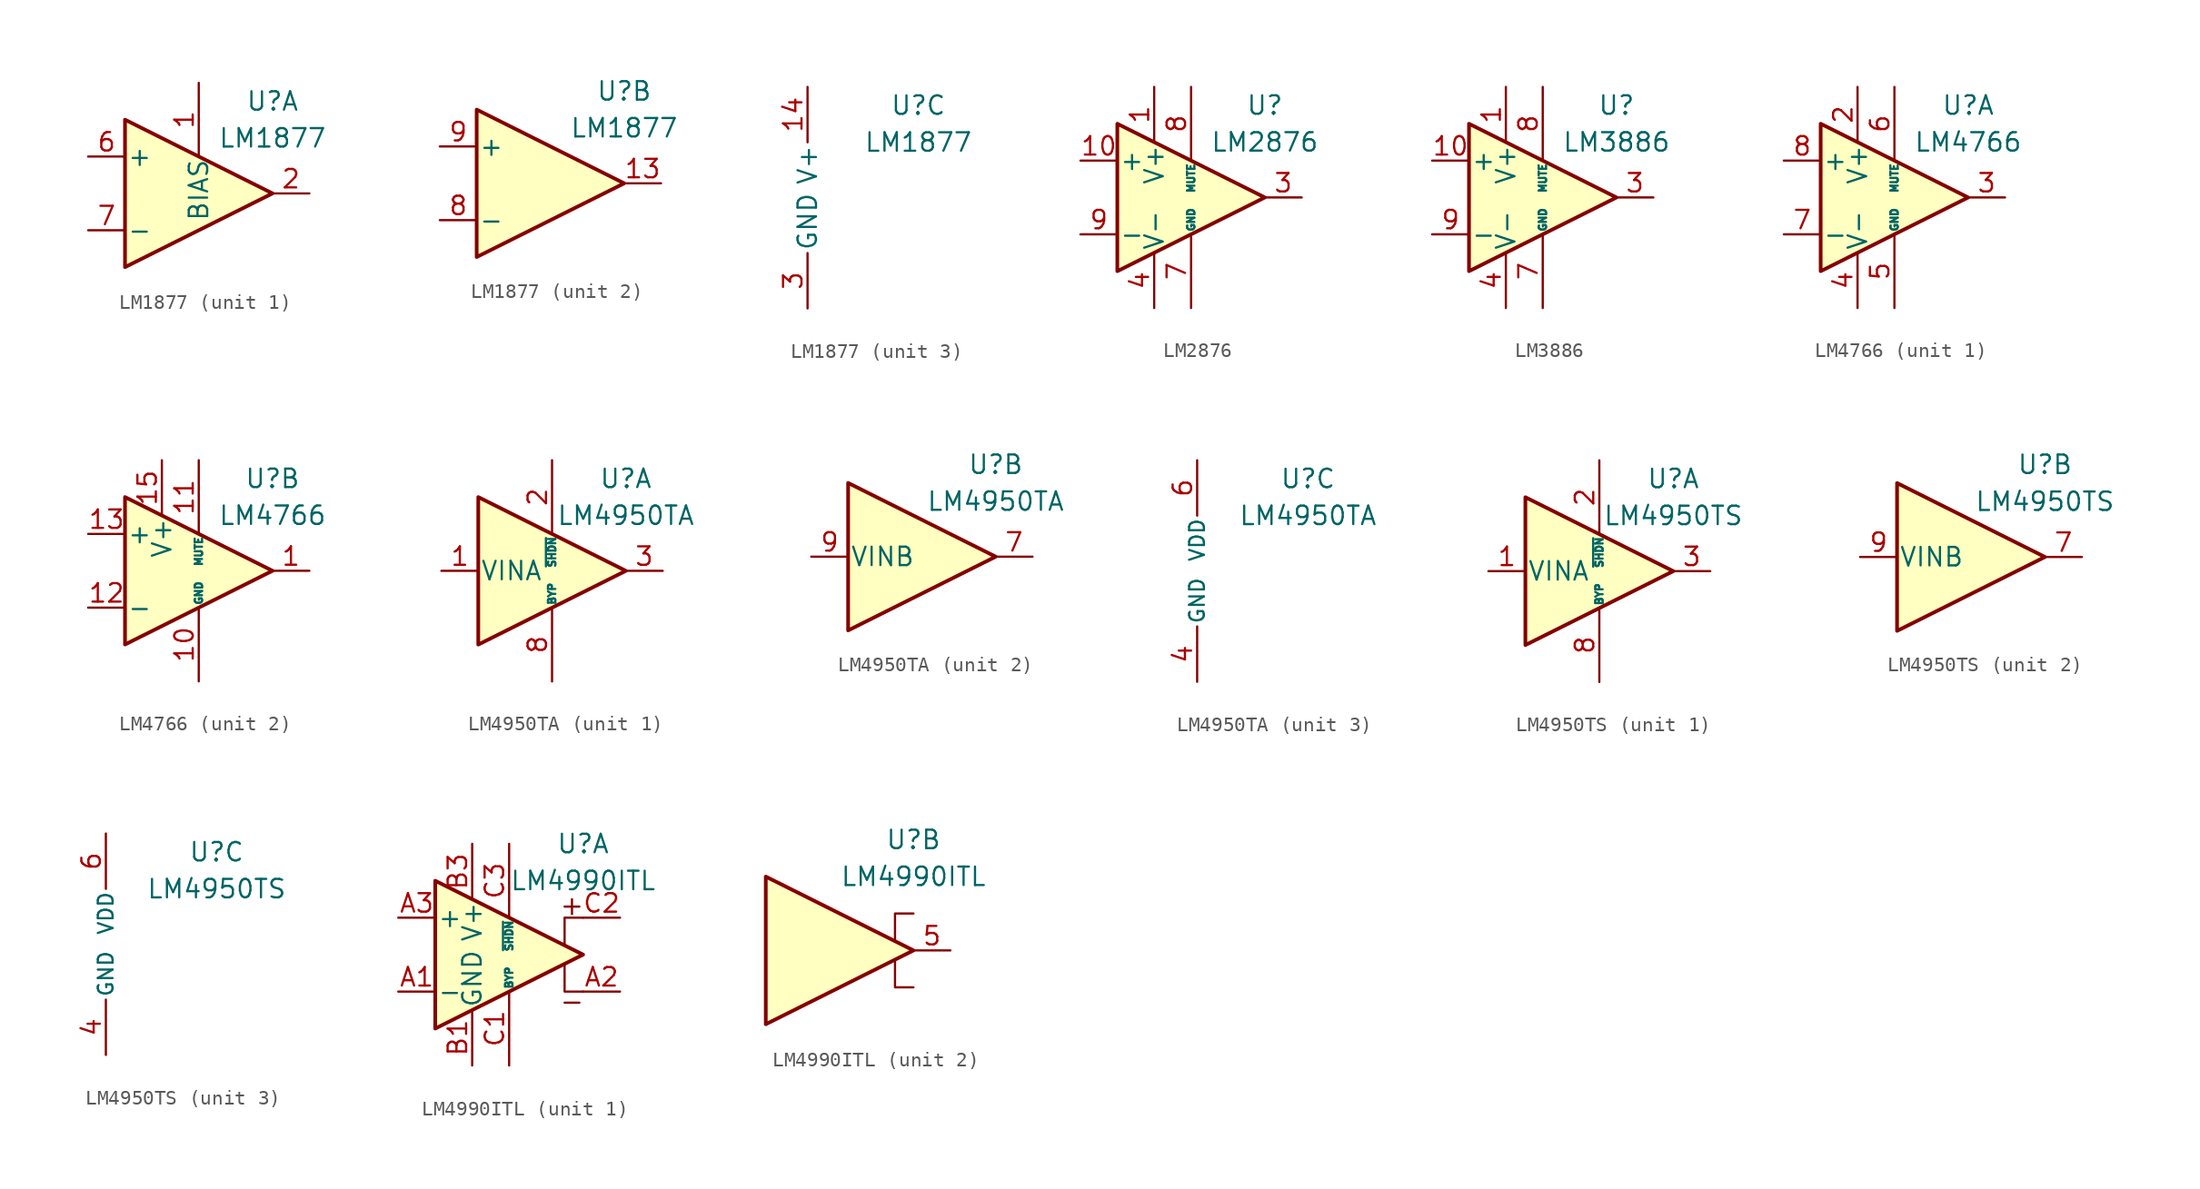
<source format=kicad_sym>
(kicad_symbol_lib
  (version 20220914)
  (generator kicad_symbol_editor)
  (symbol "LM1877"
    (pin_names
      (offset 0.127))
    (property "Reference" "U"
      (at 5.08 6.35 0)
      (effects (font (size 1.27 1.27))))
    (property "Value" "LM1877"
      (at 5.08 3.81 0)
      (effects (font (size 1.27 1.27))))
    (property "ki_locked" ""
      (at 0 0 0)
      (effects (font (size 1.27 1.27))))
    (symbol "LM1877_1_1"
      (polyline (pts (xy -5.08 5.08) (xy 5.08 0) (xy -5.08 -5.08) (xy -5.08 5.08)) (stroke (width 0.254) (type default)) (fill (type background)))
      (pin input line (at 0 7.62 270) (length 5.08) (name "BIAS" (effects (font (size 1.27 1.27)))) (number "1" (effects (font (size 1.27 1.27)))))
      (pin output line (at 7.62 0 180) (length 2.54) (name "~" (effects (font (size 1.27 1.27)))) (number "2" (effects (font (size 1.27 1.27)))))
      (pin input line (at -7.62 2.54 0) (length 2.54) (name "+" (effects (font (size 1.27 1.27)))) (number "6" (effects (font (size 1.27 1.27)))))
      (pin input line (at -7.62 -2.54 0) (length 2.54) (name "-" (effects (font (size 1.27 1.27)))) (number "7" (effects (font (size 1.27 1.27))))))
    (symbol "LM1877_2_1"
      (polyline (pts (xy -5.08 5.08) (xy 5.08 0) (xy -5.08 -5.08) (xy -5.08 5.08)) (stroke (width 0.254) (type default)) (fill (type background)))
      (pin output line (at 7.62 0 180) (length 2.54) (name "~" (effects (font (size 1.27 1.27)))) (number "13" (effects (font (size 1.27 1.27)))))
      (pin input line (at -7.62 -2.54 0) (length 2.54) (name "-" (effects (font (size 1.27 1.27)))) (number "8" (effects (font (size 1.27 1.27)))))
      (pin input line (at -7.62 2.54 0) (length 2.54) (name "+" (effects (font (size 1.27 1.27)))) (number "9" (effects (font (size 1.27 1.27))))))
    (symbol "LM1877_3_1"
      (pin passive line (at -2.54 -7.62 90) (length 3.81) hide (name "GND" (effects (font (size 1.27 1.27)))) (number "10" (effects (font (size 1.27 1.27)))))
      (pin passive line (at -2.54 -7.62 90) (length 3.81) hide (name "GND" (effects (font (size 1.27 1.27)))) (number "11" (effects (font (size 1.27 1.27)))))
      (pin passive line (at -2.54 -7.62 90) (length 3.81) hide (name "GND" (effects (font (size 1.27 1.27)))) (number "12" (effects (font (size 1.27 1.27)))))
      (pin power_in line (at -2.54 7.62 270) (length 3.81) (name "V+" (effects (font (size 1.27 1.27)))) (number "14" (effects (font (size 1.27 1.27)))))
      (pin power_in line (at -2.54 -7.62 90) (length 3.81) (name "GND" (effects (font (size 1.27 1.27)))) (number "3" (effects (font (size 1.27 1.27)))))
      (pin passive line (at -2.54 -7.62 90) (length 3.81) hide (name "GND" (effects (font (size 1.27 1.27)))) (number "4" (effects (font (size 1.27 1.27)))))
      (pin passive line (at -2.54 -7.62 90) (length 3.81) hide (name "GND" (effects (font (size 1.27 1.27)))) (number "5" (effects (font (size 1.27 1.27)))))))
  (symbol "LM2876"
    (pin_names
      (offset 0.127))
    (property "Reference" "U"
      (at 5.08 6.35 0)
      (effects (font (size 1.27 1.27))))
    (property "Value" "LM2876"
      (at 5.08 3.81 0)
      (effects (font (size 1.27 1.27))))
    (symbol "LM2876_0_1"
      (polyline (pts (xy -5.08 5.08) (xy 5.08 0) (xy -5.08 -5.08) (xy -5.08 5.08)) (stroke (width 0.254) (type default)) (fill (type background))))
    (symbol "LM2876_1_1"
      (pin power_in line (at -2.54 7.62 270) (length 3.81) (name "V+" (effects (font (size 1.27 1.27)))) (number "1" (effects (font (size 1.27 1.27)))))
      (pin input line (at -7.62 2.54 0) (length 2.54) (name "+" (effects (font (size 1.27 1.27)))) (number "10" (effects (font (size 1.27 1.27)))))
      (pin no_connect line (at -5.08 5.08 270) (length 2.54) hide (name "NC" (effects (font (size 1.27 1.27)))) (number "11" (effects (font (size 1.27 1.27)))))
      (pin no_connect line (at -2.54 3.81 270) (length 2.54) hide (name "NC" (effects (font (size 1.27 1.27)))) (number "2" (effects (font (size 1.27 1.27)))))
      (pin output line (at 7.62 0 180) (length 2.54) (name "~" (effects (font (size 1.27 1.27)))) (number "3" (effects (font (size 1.27 1.27)))))
      (pin power_in line (at -2.54 -7.62 90) (length 3.81) (name "V-" (effects (font (size 1.27 1.27)))) (number "4" (effects (font (size 1.27 1.27)))))
      (pin no_connect line (at -2.54 -3.81 270) (length 3.81) hide (name "NC" (effects (font (size 1.27 1.27)))) (number "5" (effects (font (size 1.27 1.27)))))
      (pin no_connect line (at -5.08 -5.08 90) (length 2.54) hide (name "NC" (effects (font (size 1.27 1.27)))) (number "6" (effects (font (size 1.27 1.27)))))
      (pin power_in line (at 0 -7.62 90) (length 5.08) (name "GND" (effects (font (size 0.508 0.508)))) (number "7" (effects (font (size 1.27 1.27)))))
      (pin input line (at 0 7.62 270) (length 5.08) (name "MUTE" (effects (font (size 0.508 0.508)))) (number "8" (effects (font (size 1.27 1.27)))))
      (pin input line (at -7.62 -2.54 0) (length 2.54) (name "-" (effects (font (size 1.27 1.27)))) (number "9" (effects (font (size 1.27 1.27)))))))
  (symbol "LM3886"
    (pin_names
      (offset 0.127))
    (property "Reference" "U"
      (at 5.08 6.35 0)
      (effects (font (size 1.27 1.27))))
    (property "Value" "LM3886"
      (at 5.08 3.81 0)
      (effects (font (size 1.27 1.27))))
    (symbol "LM3886_0_1"
      (polyline (pts (xy -5.08 5.08) (xy 5.08 0) (xy -5.08 -5.08) (xy -5.08 5.08)) (stroke (width 0.254) (type default)) (fill (type background))))
    (symbol "LM3886_1_1"
      (pin power_in line (at -2.54 7.62 270) (length 3.81) (name "V+" (effects (font (size 1.27 1.27)))) (number "1" (effects (font (size 1.27 1.27)))))
      (pin input line (at -7.62 2.54 0) (length 2.54) (name "+" (effects (font (size 1.27 1.27)))) (number "10" (effects (font (size 1.27 1.27)))))
      (pin no_connect line (at -5.08 5.08 270) (length 2.54) hide (name "NC" (effects (font (size 1.27 1.27)))) (number "11" (effects (font (size 1.27 1.27)))))
      (pin no_connect line (at -2.54 3.81 270) (length 2.54) hide (name "NC" (effects (font (size 1.27 1.27)))) (number "2" (effects (font (size 1.27 1.27)))))
      (pin output line (at 7.62 0 180) (length 2.54) (name "~" (effects (font (size 1.27 1.27)))) (number "3" (effects (font (size 1.27 1.27)))))
      (pin power_in line (at -2.54 -7.62 90) (length 3.81) (name "V-" (effects (font (size 1.27 1.27)))) (number "4" (effects (font (size 1.27 1.27)))))
      (pin passive line (at -2.54 7.62 270) (length 3.81) hide (name "V+" (effects (font (size 1.27 1.27)))) (number "5" (effects (font (size 1.27 1.27)))))
      (pin no_connect line (at -5.08 -5.08 90) (length 2.54) hide (name "NC" (effects (font (size 1.27 1.27)))) (number "6" (effects (font (size 1.27 1.27)))))
      (pin power_in line (at 0 -7.62 90) (length 5.08) (name "GND" (effects (font (size 0.508 0.508)))) (number "7" (effects (font (size 1.27 1.27)))))
      (pin input line (at 0 7.62 270) (length 5.08) (name "MUTE" (effects (font (size 0.508 0.508)))) (number "8" (effects (font (size 1.27 1.27)))))
      (pin input line (at -7.62 -2.54 0) (length 2.54) (name "-" (effects (font (size 1.27 1.27)))) (number "9" (effects (font (size 1.27 1.27)))))))
  (symbol "LM4766"
    (pin_names
      (offset 0.127))
    (property "Reference" "U"
      (at 5.08 6.35 0)
      (effects (font (size 1.27 1.27))))
    (property "Value" "LM4766"
      (at 5.08 3.81 0)
      (effects (font (size 1.27 1.27))))
    (property "ki_locked" ""
      (at 0 0 0)
      (effects (font (size 1.27 1.27))))
    (symbol "LM4766_0_1"
      (polyline (pts (xy -5.08 5.08) (xy 5.08 0) (xy -5.08 -5.08) (xy -5.08 5.08)) (stroke (width 0.254) (type default)) (fill (type background))))
    (symbol "LM4766_1_1"
      (pin power_in line (at -2.54 7.62 270) (length 3.81) (name "V+" (effects (font (size 1.27 1.27)))) (number "2" (effects (font (size 1.27 1.27)))))
      (pin output line (at 7.62 0 180) (length 2.54) (name "~" (effects (font (size 1.27 1.27)))) (number "3" (effects (font (size 1.27 1.27)))))
      (pin power_in line (at -2.54 -7.62 90) (length 3.81) (name "V-" (effects (font (size 1.27 1.27)))) (number "4" (effects (font (size 1.27 1.27)))))
      (pin power_in line (at 0 -7.62 90) (length 5.08) (name "GND" (effects (font (size 0.508 0.508)))) (number "5" (effects (font (size 1.27 1.27)))))
      (pin input line (at 0 7.62 270) (length 5.08) (name "MUTE" (effects (font (size 0.508 0.508)))) (number "6" (effects (font (size 1.27 1.27)))))
      (pin input line (at -7.62 -2.54 0) (length 2.54) (name "-" (effects (font (size 1.27 1.27)))) (number "7" (effects (font (size 1.27 1.27)))))
      (pin input line (at -7.62 2.54 0) (length 2.54) (name "+" (effects (font (size 1.27 1.27)))) (number "8" (effects (font (size 1.27 1.27)))))
      (pin no_connect line (at 0 2.54 270) (length 2.54) hide (name "NC" (effects (font (size 1.27 1.27)))) (number "9" (effects (font (size 1.27 1.27))))))
    (symbol "LM4766_2_1"
      (pin output line (at 7.62 0 180) (length 2.54) (name "~" (effects (font (size 1.27 1.27)))) (number "1" (effects (font (size 1.27 1.27)))))
      (pin power_in line (at 0 -7.62 90) (length 5.08) (name "GND" (effects (font (size 0.508 0.508)))) (number "10" (effects (font (size 1.27 1.27)))))
      (pin input line (at 0 7.62 270) (length 5.08) (name "MUTE" (effects (font (size 0.508 0.508)))) (number "11" (effects (font (size 1.27 1.27)))))
      (pin input line (at -7.62 -2.54 0) (length 2.54) (name "-" (effects (font (size 1.27 1.27)))) (number "12" (effects (font (size 1.27 1.27)))))
      (pin input line (at -7.62 2.54 0) (length 2.54) (name "+" (effects (font (size 1.27 1.27)))) (number "13" (effects (font (size 1.27 1.27)))))
      (pin no_connect line (at 0 2.54 270) (length 2.54) hide (name "NC" (effects (font (size 1.27 1.27)))) (number "14" (effects (font (size 1.27 1.27)))))
      (pin power_in line (at -2.54 7.62 270) (length 3.81) (name "V+" (effects (font (size 1.27 1.27)))) (number "15" (effects (font (size 1.27 1.27)))))))
  (symbol "LM4950TA"
    (pin_names
      (offset 0.127))
    (property "Reference" "U"
      (at 5.08 6.35 0)
      (effects (font (size 1.27 1.27))))
    (property "Value" "LM4950TA"
      (at 5.08 3.81 0)
      (effects (font (size 1.27 1.27))))
    (property "ki_locked" ""
      (at 0 0 0)
      (effects (font (size 1.27 1.27))))
    (symbol "LM4950TA_1_1"
      (polyline (pts (xy -5.08 5.08) (xy 5.08 0) (xy -5.08 -5.08) (xy -5.08 5.08)) (stroke (width 0.254) (type default)) (fill (type background)))
      (pin input line (at -7.62 0 0) (length 2.54) (name "VINA" (effects (font (size 1.27 1.27)))) (number "1" (effects (font (size 1.27 1.27)))))
      (pin input line (at 0 7.62 270) (length 5.08) (name "~{SHDN}" (effects (font (size 0.508 0.508)))) (number "2" (effects (font (size 1.27 1.27)))))
      (pin output line (at 7.62 0 180) (length 2.54) (name "~" (effects (font (size 1.27 1.27)))) (number "3" (effects (font (size 1.27 1.27)))))
      (pin passive line (at 0 -7.62 90) (length 5.08) (name "BYP" (effects (font (size 0.508 0.508)))) (number "8" (effects (font (size 1.27 1.27))))))
    (symbol "LM4950TA_2_1"
      (polyline (pts (xy -5.08 5.08) (xy 5.08 0) (xy -5.08 -5.08) (xy -5.08 5.08)) (stroke (width 0.254) (type default)) (fill (type background)))
      (pin output line (at 7.62 0 180) (length 2.54) (name "~" (effects (font (size 1.27 1.27)))) (number "7" (effects (font (size 1.27 1.27)))))
      (pin input line (at -7.62 0 0) (length 2.54) (name "VINB" (effects (font (size 1.27 1.27)))) (number "9" (effects (font (size 1.27 1.27))))))
    (symbol "LM4950TA_3_1"
      (pin power_in line (at -2.54 -7.62 90) (length 3.81) (name "GND" (effects (font (size 1.016 1.016)))) (number "4" (effects (font (size 1.27 1.27)))))
      (pin passive line (at -2.54 -7.62 90) (length 3.81) hide (name "GND" (effects (font (size 1.016 1.016)))) (number "5" (effects (font (size 1.27 1.27)))))
      (pin power_in line (at -2.54 7.62 270) (length 3.81) (name "VDD" (effects (font (size 1.016 1.016)))) (number "6" (effects (font (size 1.27 1.27)))))))
  (symbol "LM4950TS"
    (pin_names
      (offset 0.127))
    (property "Reference" "U"
      (at 5.08 6.35 0)
      (effects (font (size 1.27 1.27))))
    (property "Value" "LM4950TS"
      (at 5.08 3.81 0)
      (effects (font (size 1.27 1.27))))
    (property "ki_locked" ""
      (at 0 0 0)
      (effects (font (size 1.27 1.27))))
    (symbol "LM4950TS_1_1"
      (polyline (pts (xy -5.08 5.08) (xy 5.08 0) (xy -5.08 -5.08) (xy -5.08 5.08)) (stroke (width 0.254) (type default)) (fill (type background)))
      (pin input line (at -7.62 0 0) (length 2.54) (name "VINA" (effects (font (size 1.27 1.27)))) (number "1" (effects (font (size 1.27 1.27)))))
      (pin input line (at 0 7.62 270) (length 5.08) (name "~{SHDN}" (effects (font (size 0.508 0.508)))) (number "2" (effects (font (size 1.27 1.27)))))
      (pin output line (at 7.62 0 180) (length 2.54) (name "~" (effects (font (size 1.27 1.27)))) (number "3" (effects (font (size 1.27 1.27)))))
      (pin passive line (at 0 -7.62 90) (length 5.08) (name "BYP" (effects (font (size 0.508 0.508)))) (number "8" (effects (font (size 1.27 1.27))))))
    (symbol "LM4950TS_2_1"
      (polyline (pts (xy -5.08 5.08) (xy 5.08 0) (xy -5.08 -5.08) (xy -5.08 5.08)) (stroke (width 0.254) (type default)) (fill (type background)))
      (pin output line (at 7.62 0 180) (length 2.54) (name "~" (effects (font (size 1.27 1.27)))) (number "7" (effects (font (size 1.27 1.27)))))
      (pin input line (at -7.62 0 0) (length 2.54) (name "VINB" (effects (font (size 1.27 1.27)))) (number "9" (effects (font (size 1.27 1.27))))))
    (symbol "LM4950TS_3_1"
      (pin power_in line (at -2.54 -7.62 90) (length 3.81) (name "GND" (effects (font (size 1.016 1.016)))) (number "4" (effects (font (size 1.27 1.27)))))
      (pin passive line (at -2.54 -7.62 90) (length 3.81) hide (name "GND" (effects (font (size 1.016 1.016)))) (number "5" (effects (font (size 1.27 1.27)))))
      (pin power_in line (at -2.54 7.62 270) (length 3.81) (name "VDD" (effects (font (size 1.016 1.016)))) (number "6" (effects (font (size 1.27 1.27)))))))
  (symbol "LM4990ITL"
    (pin_names
      (offset 0.127))
    (property "Reference" "U"
      (at 5.08 7.62 0)
      (effects (font (size 1.27 1.27))))
    (property "Value" "LM4990ITL"
      (at 5.08 5.08 0)
      (effects (font (size 1.27 1.27))))
    (symbol "LM4990ITL_0_1"
      (polyline (pts (xy 3.81 -0.635) (xy 3.81 -2.54) (xy 5.08 -2.54)) (stroke (width 0) (type default)) (fill (type none)))
      (polyline (pts (xy 5.08 2.54) (xy 3.81 2.54) (xy 3.81 0.635)) (stroke (width 0) (type default)) (fill (type none)))
      (polyline (pts (xy -5.08 5.08) (xy 5.08 0) (xy -5.08 -5.08) (xy -5.08 5.08)) (stroke (width 0.254) (type default)) (fill (type background))))
    (symbol "LM4990ITL_1_1"
      (polyline (pts (xy 3.81 -3.302) (xy 4.826 -3.302)) (stroke (width 0) (type default)) (fill (type none)))
      (polyline (pts (xy 4.318 3.81) (xy 4.318 2.794)) (stroke (width 0) (type default)) (fill (type none)))
      (polyline (pts (xy 4.826 3.302) (xy 3.81 3.302)) (stroke (width 0) (type default)) (fill (type none)))
      (pin input line (at -7.62 -2.54 0) (length 2.54) (name "-" (effects (font (size 1.27 1.27)))) (number "A1" (effects (font (size 1.27 1.27)))))
      (pin output line (at 7.62 -2.54 180) (length 2.54) (name "~" (effects (font (size 1.27 1.27)))) (number "A2" (effects (font (size 1.27 1.27)))))
      (pin input line (at -7.62 2.54 0) (length 2.54) (name "+" (effects (font (size 1.27 1.27)))) (number "A3" (effects (font (size 1.27 1.27)))))
      (pin power_in line (at -2.54 -7.62 90) (length 3.81) (name "GND" (effects (font (size 1.27 1.27)))) (number "B1" (effects (font (size 1.27 1.27)))))
      (pin passive line (at -2.54 -7.62 90) (length 3.81) hide (name "GND" (effects (font (size 1.27 1.27)))) (number "B2" (effects (font (size 1.27 1.27)))))
      (pin power_in line (at -2.54 7.62 270) (length 3.81) (name "V+" (effects (font (size 1.27 1.27)))) (number "B3" (effects (font (size 1.27 1.27)))))
      (pin input line (at 0 -7.62 90) (length 5.08) (name "BYP" (effects (font (size 0.508 0.508)))) (number "C1" (effects (font (size 1.27 1.27)))))
      (pin output line (at 7.62 2.54 180) (length 2.54) (name "~" (effects (font (size 1.27 1.27)))) (number "C2" (effects (font (size 1.27 1.27)))))
      (pin output line (at 0 7.62 270) (length 5.08) (name "~{SHDN}" (effects (font (size 0.508 0.508)))) (number "C3" (effects (font (size 1.27 1.27))))))
    (symbol "LM4990ITL_2_1"
      (pin output line (at 7.62 0 180) (length 2.54) (name "~" (effects (font (size 1.27 1.27)))) (number "5" (effects (font (size 1.27 1.27))))))))
</source>
